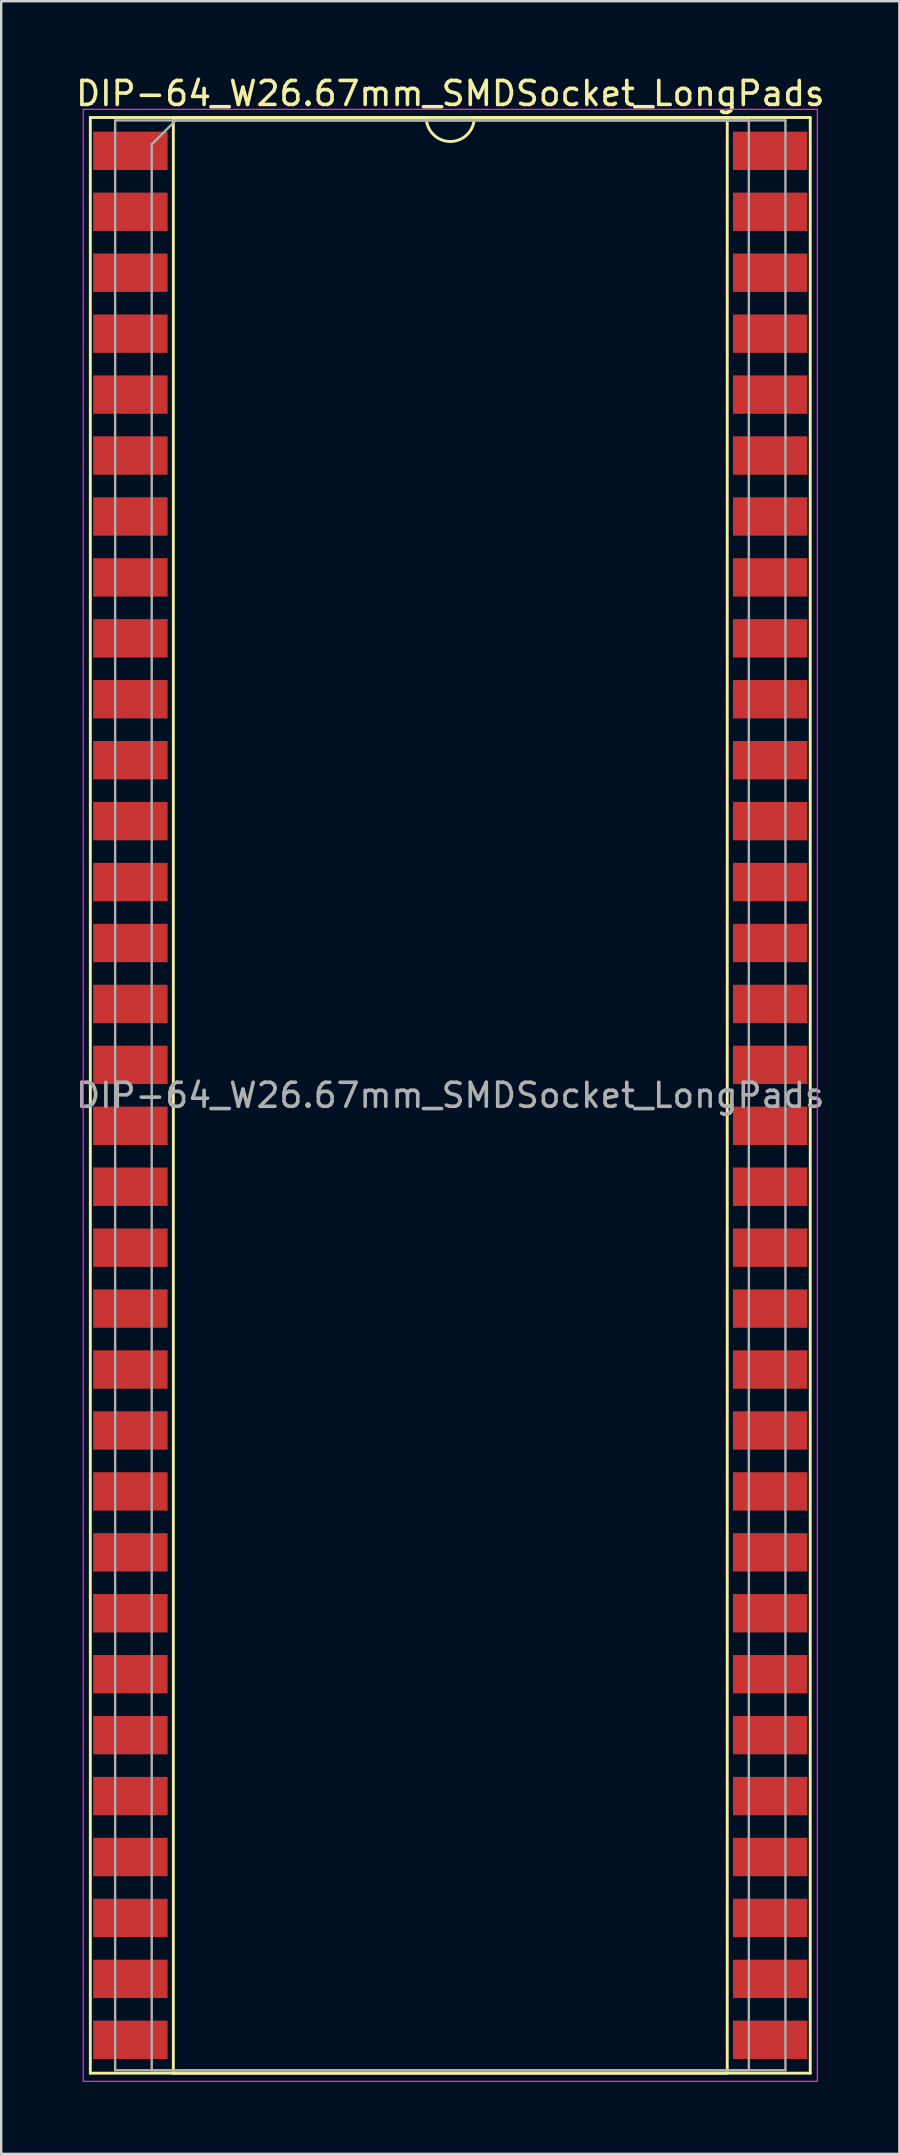
<source format=kicad_pcb>
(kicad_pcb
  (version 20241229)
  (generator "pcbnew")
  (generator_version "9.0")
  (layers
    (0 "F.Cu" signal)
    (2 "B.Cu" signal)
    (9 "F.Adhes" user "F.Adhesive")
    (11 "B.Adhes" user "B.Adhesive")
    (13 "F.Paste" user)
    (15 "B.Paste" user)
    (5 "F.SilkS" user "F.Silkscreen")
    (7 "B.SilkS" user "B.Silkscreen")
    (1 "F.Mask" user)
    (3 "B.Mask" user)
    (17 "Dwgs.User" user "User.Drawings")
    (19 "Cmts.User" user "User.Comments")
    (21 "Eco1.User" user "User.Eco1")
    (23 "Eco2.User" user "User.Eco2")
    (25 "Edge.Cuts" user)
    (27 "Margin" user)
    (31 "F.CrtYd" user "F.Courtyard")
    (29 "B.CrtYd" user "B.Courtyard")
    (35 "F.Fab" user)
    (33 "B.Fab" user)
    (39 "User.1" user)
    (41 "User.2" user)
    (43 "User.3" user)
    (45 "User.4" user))
  (footprint "DIP-64_W26.67mm_SMDSocket_LongPads"
    (layer "F.Cu")
    (at 15.72 42.608)
    (property "Reference" "DIP-64_W26.67mm_SMDSocket_LongPads" (at 0 -41.76 0) (layer "F.SilkS") (effects (font (size 1 1) (thickness 0.15))))
    (attr smd)
    (fp_line (start -15.005 -40.76) (end -15.005 40.76) (stroke (width 0.12) (type solid)) (layer "F.SilkS"))
    (fp_line (start -15.005 40.76) (end 15.005 40.76) (stroke (width 0.12) (type solid)) (layer "F.SilkS"))
    (fp_line (start -11.545 -40.76) (end -11.545 40.76) (stroke (width 0.12) (type solid)) (layer "F.SilkS"))
    (fp_line (start -11.545 40.76) (end 11.545 40.76) (stroke (width 0.12) (type solid)) (layer "F.SilkS"))
    (fp_line (start -1 -40.76) (end -11.545 -40.76) (stroke (width 0.12) (type solid)) (layer "F.SilkS"))
    (fp_line (start 11.545 -40.76) (end 1 -40.76) (stroke (width 0.12) (type solid)) (layer "F.SilkS"))
    (fp_line (start 11.545 40.76) (end 11.545 -40.76) (stroke (width 0.12) (type solid)) (layer "F.SilkS"))
    (fp_line (start 15.005 -40.76) (end -15.005 -40.76) (stroke (width 0.12) (type solid)) (layer "F.SilkS"))
    (fp_line (start 15.005 40.76) (end 15.005 -40.76) (stroke (width 0.12) (type solid)) (layer "F.SilkS"))
    (fp_arc (start 1 -40.76) (mid 0 -39.76) (end -1 -40.76) (stroke (width 0.12) (type solid)) (layer "F.SilkS"))
    (fp_line (start -15.3 -41.1) (end -15.3 41.1) (stroke (width 0.05) (type solid)) (layer "F.CrtYd"))
    (fp_line (start -15.3 41.1) (end 15.3 41.1) (stroke (width 0.05) (type solid)) (layer "F.CrtYd"))
    (fp_line (start 15.3 -41.1) (end -15.3 -41.1) (stroke (width 0.05) (type solid)) (layer "F.CrtYd"))
    (fp_line (start 15.3 41.1) (end 15.3 -41.1) (stroke (width 0.05) (type solid)) (layer "F.CrtYd"))
    (fp_line (start -13.97 -40.64) (end -13.97 40.64) (stroke (width 0.1) (type solid)) (layer "F.Fab"))
    (fp_line (start -13.97 40.64) (end 13.97 40.64) (stroke (width 0.1) (type solid)) (layer "F.Fab"))
    (fp_line (start -12.445 -39.64) (end -11.445 -40.64) (stroke (width 0.1) (type solid)) (layer "F.Fab"))
    (fp_line (start -12.445 40.64) (end -12.445 -39.64) (stroke (width 0.1) (type solid)) (layer "F.Fab"))
    (fp_line (start -11.445 -40.64) (end 12.445 -40.64) (stroke (width 0.1) (type solid)) (layer "F.Fab"))
    (fp_line (start 12.445 -40.64) (end 12.445 40.64) (stroke (width 0.1) (type solid)) (layer "F.Fab"))
    (fp_line (start 12.445 40.64) (end -12.445 40.64) (stroke (width 0.1) (type solid)) (layer "F.Fab"))
    (fp_line (start 13.97 -40.64) (end -13.97 -40.64) (stroke (width 0.1) (type solid)) (layer "F.Fab"))
    (fp_line (start 13.97 40.64) (end 13.97 -40.64) (stroke (width 0.1) (type solid)) (layer "F.Fab"))
    (fp_text user "${REFERENCE}" (at 0 0 0) (layer "F.Fab") (effects (font (size 1 1) (thickness 0.15))))
    (pad "1" smd rect (at -13.335 -39.37) (size 3.1 1.6) (layers "F.Cu" "F.Mask" "F.Paste"))
    (pad "2" smd rect (at -13.335 -36.83) (size 3.1 1.6) (layers "F.Cu" "F.Mask" "F.Paste"))
    (pad "3" smd rect (at -13.335 -34.29) (size 3.1 1.6) (layers "F.Cu" "F.Mask" "F.Paste"))
    (pad "4" smd rect (at -13.335 -31.75) (size 3.1 1.6) (layers "F.Cu" "F.Mask" "F.Paste"))
    (pad "5" smd rect (at -13.335 -29.21) (size 3.1 1.6) (layers "F.Cu" "F.Mask" "F.Paste"))
    (pad "6" smd rect (at -13.335 -26.67) (size 3.1 1.6) (layers "F.Cu" "F.Mask" "F.Paste"))
    (pad "7" smd rect (at -13.335 -24.13) (size 3.1 1.6) (layers "F.Cu" "F.Mask" "F.Paste"))
    (pad "8" smd rect (at -13.335 -21.59) (size 3.1 1.6) (layers "F.Cu" "F.Mask" "F.Paste"))
    (pad "9" smd rect (at -13.335 -19.05) (size 3.1 1.6) (layers "F.Cu" "F.Mask" "F.Paste"))
    (pad "10" smd rect (at -13.335 -16.51) (size 3.1 1.6) (layers "F.Cu" "F.Mask" "F.Paste"))
    (pad "11" smd rect (at -13.335 -13.97) (size 3.1 1.6) (layers "F.Cu" "F.Mask" "F.Paste"))
    (pad "12" smd rect (at -13.335 -11.43) (size 3.1 1.6) (layers "F.Cu" "F.Mask" "F.Paste"))
    (pad "13" smd rect (at -13.335 -8.89) (size 3.1 1.6) (layers "F.Cu" "F.Mask" "F.Paste"))
    (pad "14" smd rect (at -13.335 -6.35) (size 3.1 1.6) (layers "F.Cu" "F.Mask" "F.Paste"))
    (pad "15" smd rect (at -13.335 -3.81) (size 3.1 1.6) (layers "F.Cu" "F.Mask" "F.Paste"))
    (pad "16" smd rect (at -13.335 -1.27) (size 3.1 1.6) (layers "F.Cu" "F.Mask" "F.Paste"))
    (pad "17" smd rect (at -13.335 1.27) (size 3.1 1.6) (layers "F.Cu" "F.Mask" "F.Paste"))
    (pad "18" smd rect (at -13.335 3.81) (size 3.1 1.6) (layers "F.Cu" "F.Mask" "F.Paste"))
    (pad "19" smd rect (at -13.335 6.35) (size 3.1 1.6) (layers "F.Cu" "F.Mask" "F.Paste"))
    (pad "20" smd rect (at -13.335 8.89) (size 3.1 1.6) (layers "F.Cu" "F.Mask" "F.Paste"))
    (pad "21" smd rect (at -13.335 11.43) (size 3.1 1.6) (layers "F.Cu" "F.Mask" "F.Paste"))
    (pad "22" smd rect (at -13.335 13.97) (size 3.1 1.6) (layers "F.Cu" "F.Mask" "F.Paste"))
    (pad "23" smd rect (at -13.335 16.51) (size 3.1 1.6) (layers "F.Cu" "F.Mask" "F.Paste"))
    (pad "24" smd rect (at -13.335 19.05) (size 3.1 1.6) (layers "F.Cu" "F.Mask" "F.Paste"))
    (pad "25" smd rect (at -13.335 21.59) (size 3.1 1.6) (layers "F.Cu" "F.Mask" "F.Paste"))
    (pad "26" smd rect (at -13.335 24.13) (size 3.1 1.6) (layers "F.Cu" "F.Mask" "F.Paste"))
    (pad "27" smd rect (at -13.335 26.67) (size 3.1 1.6) (layers "F.Cu" "F.Mask" "F.Paste"))
    (pad "28" smd rect (at -13.335 29.21) (size 3.1 1.6) (layers "F.Cu" "F.Mask" "F.Paste"))
    (pad "29" smd rect (at -13.335 31.75) (size 3.1 1.6) (layers "F.Cu" "F.Mask" "F.Paste"))
    (pad "30" smd rect (at -13.335 34.29) (size 3.1 1.6) (layers "F.Cu" "F.Mask" "F.Paste"))
    (pad "31" smd rect (at -13.335 36.83) (size 3.1 1.6) (layers "F.Cu" "F.Mask" "F.Paste"))
    (pad "32" smd rect (at -13.335 39.37) (size 3.1 1.6) (layers "F.Cu" "F.Mask" "F.Paste"))
    (pad "33" smd rect (at 13.335 39.37) (size 3.1 1.6) (layers "F.Cu" "F.Mask" "F.Paste"))
    (pad "34" smd rect (at 13.335 36.83) (size 3.1 1.6) (layers "F.Cu" "F.Mask" "F.Paste"))
    (pad "35" smd rect (at 13.335 34.29) (size 3.1 1.6) (layers "F.Cu" "F.Mask" "F.Paste"))
    (pad "36" smd rect (at 13.335 31.75) (size 3.1 1.6) (layers "F.Cu" "F.Mask" "F.Paste"))
    (pad "37" smd rect (at 13.335 29.21) (size 3.1 1.6) (layers "F.Cu" "F.Mask" "F.Paste"))
    (pad "38" smd rect (at 13.335 26.67) (size 3.1 1.6) (layers "F.Cu" "F.Mask" "F.Paste"))
    (pad "39" smd rect (at 13.335 24.13) (size 3.1 1.6) (layers "F.Cu" "F.Mask" "F.Paste"))
    (pad "40" smd rect (at 13.335 21.59) (size 3.1 1.6) (layers "F.Cu" "F.Mask" "F.Paste"))
    (pad "41" smd rect (at 13.335 19.05) (size 3.1 1.6) (layers "F.Cu" "F.Mask" "F.Paste"))
    (pad "42" smd rect (at 13.335 16.51) (size 3.1 1.6) (layers "F.Cu" "F.Mask" "F.Paste"))
    (pad "43" smd rect (at 13.335 13.97) (size 3.1 1.6) (layers "F.Cu" "F.Mask" "F.Paste"))
    (pad "44" smd rect (at 13.335 11.43) (size 3.1 1.6) (layers "F.Cu" "F.Mask" "F.Paste"))
    (pad "45" smd rect (at 13.335 8.89) (size 3.1 1.6) (layers "F.Cu" "F.Mask" "F.Paste"))
    (pad "46" smd rect (at 13.335 6.35) (size 3.1 1.6) (layers "F.Cu" "F.Mask" "F.Paste"))
    (pad "47" smd rect (at 13.335 3.81) (size 3.1 1.6) (layers "F.Cu" "F.Mask" "F.Paste"))
    (pad "48" smd rect (at 13.335 1.27) (size 3.1 1.6) (layers "F.Cu" "F.Mask" "F.Paste"))
    (pad "49" smd rect (at 13.335 -1.27) (size 3.1 1.6) (layers "F.Cu" "F.Mask" "F.Paste"))
    (pad "50" smd rect (at 13.335 -3.81) (size 3.1 1.6) (layers "F.Cu" "F.Mask" "F.Paste"))
    (pad "51" smd rect (at 13.335 -6.35) (size 3.1 1.6) (layers "F.Cu" "F.Mask" "F.Paste"))
    (pad "52" smd rect (at 13.335 -8.89) (size 3.1 1.6) (layers "F.Cu" "F.Mask" "F.Paste"))
    (pad "53" smd rect (at 13.335 -11.43) (size 3.1 1.6) (layers "F.Cu" "F.Mask" "F.Paste"))
    (pad "54" smd rect (at 13.335 -13.97) (size 3.1 1.6) (layers "F.Cu" "F.Mask" "F.Paste"))
    (pad "55" smd rect (at 13.335 -16.51) (size 3.1 1.6) (layers "F.Cu" "F.Mask" "F.Paste"))
    (pad "56" smd rect (at 13.335 -19.05) (size 3.1 1.6) (layers "F.Cu" "F.Mask" "F.Paste"))
    (pad "57" smd rect (at 13.335 -21.59) (size 3.1 1.6) (layers "F.Cu" "F.Mask" "F.Paste"))
    (pad "58" smd rect (at 13.335 -24.13) (size 3.1 1.6) (layers "F.Cu" "F.Mask" "F.Paste"))
    (pad "59" smd rect (at 13.335 -26.67) (size 3.1 1.6) (layers "F.Cu" "F.Mask" "F.Paste"))
    (pad "60" smd rect (at 13.335 -29.21) (size 3.1 1.6) (layers "F.Cu" "F.Mask" "F.Paste"))
    (pad "61" smd rect (at 13.335 -31.75) (size 3.1 1.6) (layers "F.Cu" "F.Mask" "F.Paste"))
    (pad "62" smd rect (at 13.335 -34.29) (size 3.1 1.6) (layers "F.Cu" "F.Mask" "F.Paste"))
    (pad "63" smd rect (at 13.335 -36.83) (size 3.1 1.6) (layers "F.Cu" "F.Mask" "F.Paste"))
    (pad "64" smd rect (at 13.335 -39.37) (size 3.1 1.6) (layers "F.Cu" "F.Mask" "F.Paste")))
  (gr_rect
    (start -3 -3)
    (end 34.44 86.733)
    (stroke (width 0.1) (type default))
    (fill no)
    (layer "Edge.Cuts")))
</source>
